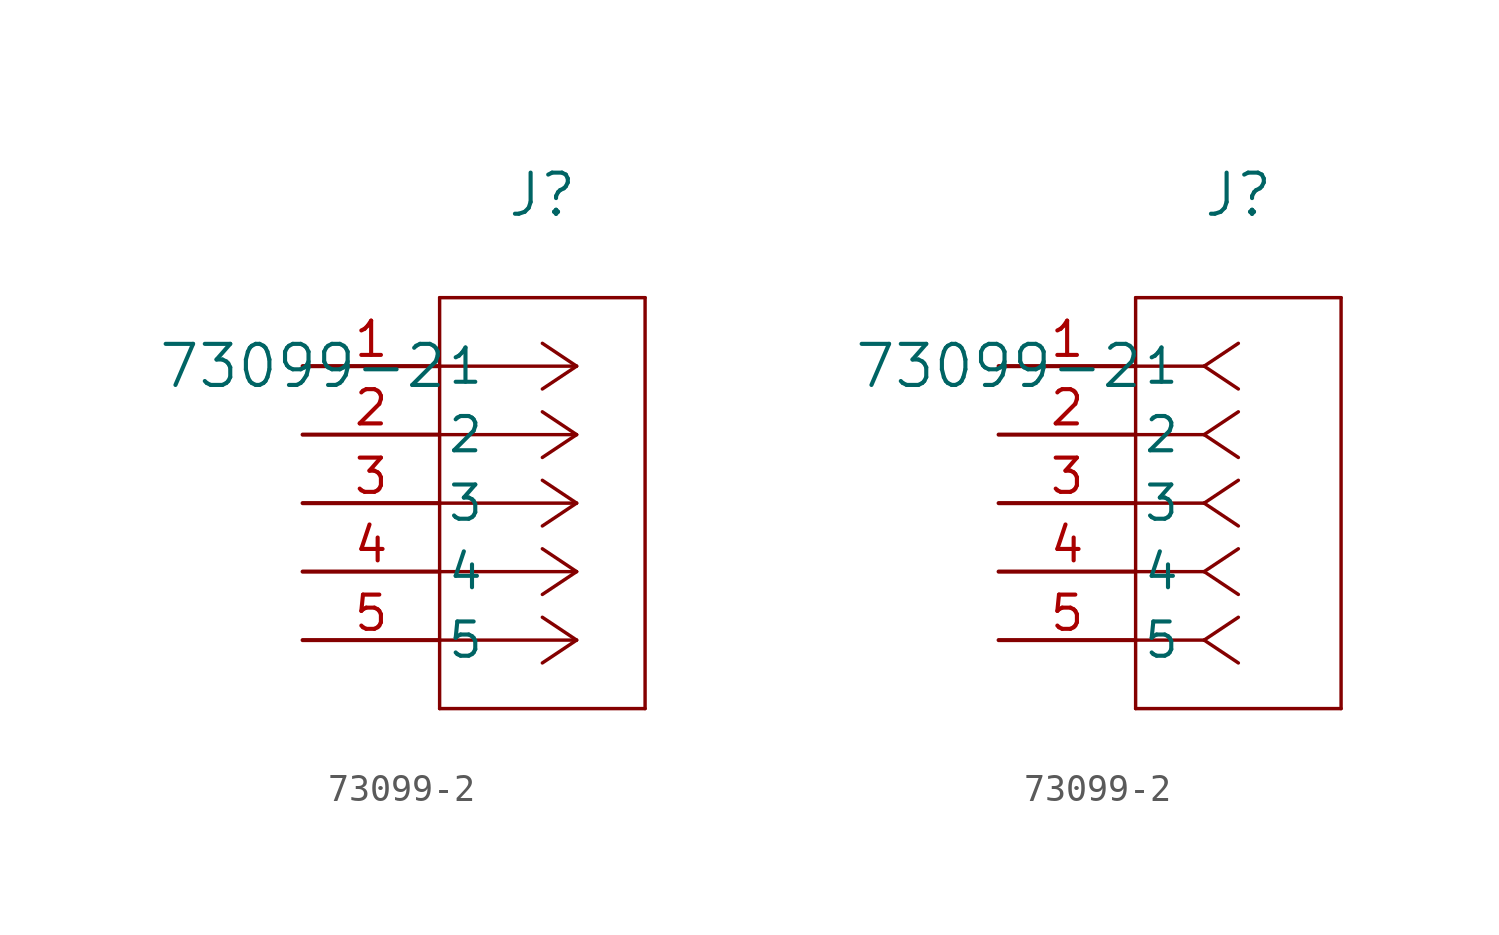
<source format=kicad_sym>
(kicad_symbol_lib
  (version 20211014)
  (generator kicad_symbol_editor)
  (symbol "73099-2"
    (pin_names
      (offset 0.254))
    (property "Reference" "J"
      (at 8.89 6.35 0)
      (effects (font (size 1.524 1.524))))
    (property "Value" "73099-2"
      (at 0 0 0)
      (effects (font (size 1.524 1.524))))
    (symbol "73099-2_1_1"
      (polyline (pts (xy 10.16 0) (xy 5.08 0)) (stroke (width 0.127) (type default) (color 0 0 0 0)) (fill (type none)))
      (polyline (pts (xy 10.16 -2.54) (xy 5.08 -2.54)) (stroke (width 0.127) (type default) (color 0 0 0 0)) (fill (type none)))
      (polyline (pts (xy 10.16 -5.08) (xy 5.08 -5.08)) (stroke (width 0.127) (type default) (color 0 0 0 0)) (fill (type none)))
      (polyline (pts (xy 10.16 -7.62) (xy 5.08 -7.62)) (stroke (width 0.127) (type default) (color 0 0 0 0)) (fill (type none)))
      (polyline (pts (xy 10.16 -10.16) (xy 5.08 -10.16)) (stroke (width 0.127) (type default) (color 0 0 0 0)) (fill (type none)))
      (polyline (pts (xy 10.16 0) (xy 8.89 0.847)) (stroke (width 0.127) (type default) (color 0 0 0 0)) (fill (type none)))
      (polyline (pts (xy 10.16 -2.54) (xy 8.89 -1.693)) (stroke (width 0.127) (type default) (color 0 0 0 0)) (fill (type none)))
      (polyline (pts (xy 10.16 -5.08) (xy 8.89 -4.233)) (stroke (width 0.127) (type default) (color 0 0 0 0)) (fill (type none)))
      (polyline (pts (xy 10.16 -7.62) (xy 8.89 -6.773)) (stroke (width 0.127) (type default) (color 0 0 0 0)) (fill (type none)))
      (polyline (pts (xy 10.16 -10.16) (xy 8.89 -9.313)) (stroke (width 0.127) (type default) (color 0 0 0 0)) (fill (type none)))
      (polyline (pts (xy 10.16 0) (xy 8.89 -0.847)) (stroke (width 0.127) (type default) (color 0 0 0 0)) (fill (type none)))
      (polyline (pts (xy 10.16 -2.54) (xy 8.89 -3.387)) (stroke (width 0.127) (type default) (color 0 0 0 0)) (fill (type none)))
      (polyline (pts (xy 10.16 -5.08) (xy 8.89 -5.927)) (stroke (width 0.127) (type default) (color 0 0 0 0)) (fill (type none)))
      (polyline (pts (xy 10.16 -7.62) (xy 8.89 -8.467)) (stroke (width 0.127) (type default) (color 0 0 0 0)) (fill (type none)))
      (polyline (pts (xy 10.16 -10.16) (xy 8.89 -11.007)) (stroke (width 0.127) (type default) (color 0 0 0 0)) (fill (type none)))
      (polyline (pts (xy 5.08 2.54) (xy 5.08 -12.7)) (stroke (width 0.127) (type default) (color 0 0 0 0)) (fill (type none)))
      (polyline (pts (xy 5.08 -12.7) (xy 12.7 -12.7)) (stroke (width 0.127) (type default) (color 0 0 0 0)) (fill (type none)))
      (polyline (pts (xy 12.7 -12.7) (xy 12.7 2.54)) (stroke (width 0.127) (type default) (color 0 0 0 0)) (fill (type none)))
      (polyline (pts (xy 12.7 2.54) (xy 5.08 2.54)) (stroke (width 0.127) (type default) (color 0 0 0 0)) (fill (type none)))
      (pin unspecified line (at 0 0 0) (length 5.08) (name "1" (effects (font (size 1.27 1.27)))) (number "1" (effects (font (size 1.27 1.27)))))
      (pin unspecified line (at 0 -2.54 0) (length 5.08) (name "2" (effects (font (size 1.27 1.27)))) (number "2" (effects (font (size 1.27 1.27)))))
      (pin unspecified line (at 0 -5.08 0) (length 5.08) (name "3" (effects (font (size 1.27 1.27)))) (number "3" (effects (font (size 1.27 1.27)))))
      (pin unspecified line (at 0 -7.62 0) (length 5.08) (name "4" (effects (font (size 1.27 1.27)))) (number "4" (effects (font (size 1.27 1.27)))))
      (pin unspecified line (at 0 -10.16 0) (length 5.08) (name "5" (effects (font (size 1.27 1.27)))) (number "5" (effects (font (size 1.27 1.27))))))
    (symbol "73099-2_1_2"
      (polyline (pts (xy 7.62 0) (xy 5.08 0)) (stroke (width 0.127) (type default) (color 0 0 0 0)) (fill (type none)))
      (polyline (pts (xy 7.62 -2.54) (xy 5.08 -2.54)) (stroke (width 0.127) (type default) (color 0 0 0 0)) (fill (type none)))
      (polyline (pts (xy 7.62 -5.08) (xy 5.08 -5.08)) (stroke (width 0.127) (type default) (color 0 0 0 0)) (fill (type none)))
      (polyline (pts (xy 7.62 -7.62) (xy 5.08 -7.62)) (stroke (width 0.127) (type default) (color 0 0 0 0)) (fill (type none)))
      (polyline (pts (xy 7.62 -10.16) (xy 5.08 -10.16)) (stroke (width 0.127) (type default) (color 0 0 0 0)) (fill (type none)))
      (polyline (pts (xy 7.62 0) (xy 8.89 0.847)) (stroke (width 0.127) (type default) (color 0 0 0 0)) (fill (type none)))
      (polyline (pts (xy 7.62 -2.54) (xy 8.89 -1.693)) (stroke (width 0.127) (type default) (color 0 0 0 0)) (fill (type none)))
      (polyline (pts (xy 7.62 -5.08) (xy 8.89 -4.233)) (stroke (width 0.127) (type default) (color 0 0 0 0)) (fill (type none)))
      (polyline (pts (xy 7.62 -7.62) (xy 8.89 -6.773)) (stroke (width 0.127) (type default) (color 0 0 0 0)) (fill (type none)))
      (polyline (pts (xy 7.62 -10.16) (xy 8.89 -9.313)) (stroke (width 0.127) (type default) (color 0 0 0 0)) (fill (type none)))
      (polyline (pts (xy 7.62 0) (xy 8.89 -0.847)) (stroke (width 0.127) (type default) (color 0 0 0 0)) (fill (type none)))
      (polyline (pts (xy 7.62 -2.54) (xy 8.89 -3.387)) (stroke (width 0.127) (type default) (color 0 0 0 0)) (fill (type none)))
      (polyline (pts (xy 7.62 -5.08) (xy 8.89 -5.927)) (stroke (width 0.127) (type default) (color 0 0 0 0)) (fill (type none)))
      (polyline (pts (xy 7.62 -7.62) (xy 8.89 -8.467)) (stroke (width 0.127) (type default) (color 0 0 0 0)) (fill (type none)))
      (polyline (pts (xy 7.62 -10.16) (xy 8.89 -11.007)) (stroke (width 0.127) (type default) (color 0 0 0 0)) (fill (type none)))
      (polyline (pts (xy 5.08 2.54) (xy 5.08 -12.7)) (stroke (width 0.127) (type default) (color 0 0 0 0)) (fill (type none)))
      (polyline (pts (xy 5.08 -12.7) (xy 12.7 -12.7)) (stroke (width 0.127) (type default) (color 0 0 0 0)) (fill (type none)))
      (polyline (pts (xy 12.7 -12.7) (xy 12.7 2.54)) (stroke (width 0.127) (type default) (color 0 0 0 0)) (fill (type none)))
      (polyline (pts (xy 12.7 2.54) (xy 5.08 2.54)) (stroke (width 0.127) (type default) (color 0 0 0 0)) (fill (type none)))
      (pin unspecified line (at 0 0 0) (length 5.08) (name "1" (effects (font (size 1.27 1.27)))) (number "1" (effects (font (size 1.27 1.27)))))
      (pin unspecified line (at 0 -2.54 0) (length 5.08) (name "2" (effects (font (size 1.27 1.27)))) (number "2" (effects (font (size 1.27 1.27)))))
      (pin unspecified line (at 0 -5.08 0) (length 5.08) (name "3" (effects (font (size 1.27 1.27)))) (number "3" (effects (font (size 1.27 1.27)))))
      (pin unspecified line (at 0 -7.62 0) (length 5.08) (name "4" (effects (font (size 1.27 1.27)))) (number "4" (effects (font (size 1.27 1.27)))))
      (pin unspecified line (at 0 -10.16 0) (length 5.08) (name "5" (effects (font (size 1.27 1.27)))) (number "5" (effects (font (size 1.27 1.27))))))))
</source>
